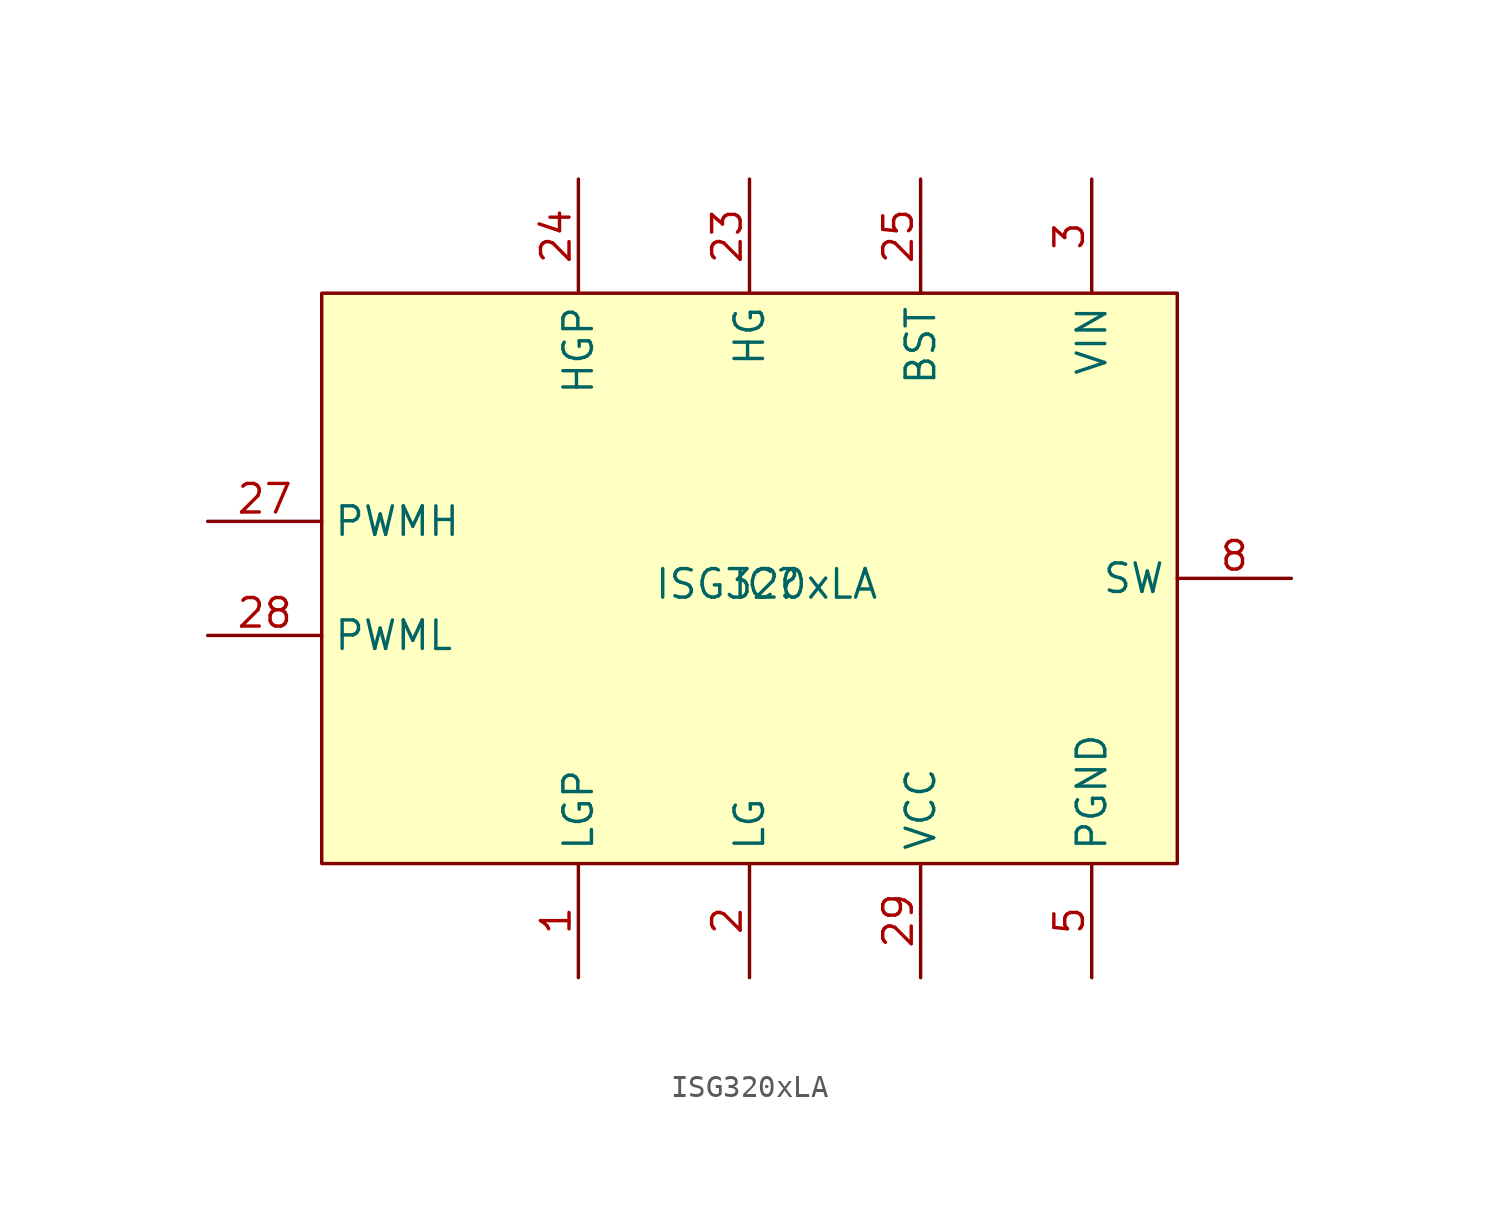
<source format=kicad_sym>
(kicad_symbol_lib
  (version 20241209)
  (generator "kicad_symbol_editor")
  (generator_version "9.0")
  (symbol "ISG320xLA"
    (property "Reference" "IC"
      (at 0.762 -0.254 0)
      (effects (font (size 1.27 1.27))))
    (property "Value" "ISG320xLA"
      (at 0.762 -0.254 0)
      (effects (font (size 1.27 1.27))))
    (symbol "ISG320xLA_1_1"
      (rectangle (start -19.05 12.7) (end 19.05 -12.7) (stroke (width 0) (type solid)) (fill (type background)))
      (pin passive line (at -24.13 2.54 0) (length 5.08) (name "PWMH" (effects (font (size 1.27 1.27)))) (number "27" (effects (font (size 1.27 1.27)))))
      (pin passive line (at -24.13 -2.54 0) (length 5.08) (name "PWML" (effects (font (size 1.27 1.27)))) (number "28" (effects (font (size 1.27 1.27)))))
      (pin passive line (at -7.62 17.78 270) (length 5.08) (name "HGP" (effects (font (size 1.27 1.27)))) (number "24" (effects (font (size 1.27 1.27)))))
      (pin passive line (at -7.62 -17.78 90) (length 5.08) (name "LGP" (effects (font (size 1.27 1.27)))) (number "1" (effects (font (size 1.27 1.27)))))
      (pin passive line (at 0 17.78 270) (length 5.08) (name "HG" (effects (font (size 1.27 1.27)))) (number "23" (effects (font (size 1.27 1.27)))))
      (pin passive line (at 0 -17.78 90) (length 5.08) (name "LG" (effects (font (size 1.27 1.27)))) (number "2" (effects (font (size 1.27 1.27)))))
      (pin passive line (at 7.62 17.78 270) (length 5.08) (name "BST" (effects (font (size 1.27 1.27)))) (number "25" (effects (font (size 1.27 1.27)))))
      (pin passive line (at 7.62 -17.78 90) (length 5.08) (name "VCC" (effects (font (size 1.27 1.27)))) (number "29" (effects (font (size 1.27 1.27)))))
      (pin passive line (at 15.24 17.78 270) (length 5.08) (name "VIN" (effects (font (size 1.27 1.27)))) (number "3" (effects (font (size 1.27 1.27)))))
      (pin passive line (at 15.24 -17.78 90) (length 5.08) (hide yes) (name "PGND" (effects (font (size 1.27 1.27)))) (number "30" (effects (font (size 1.27 1.27)))))
      (pin passive line (at 15.24 -17.78 90) (length 5.08) (name "PGND" (effects (font (size 1.27 1.27)))) (number "5" (effects (font (size 1.27 1.27)))))
      (pin passive line (at 24.13 0 180) (length 5.08) (hide yes) (name "SW" (effects (font (size 1.27 1.27)))) (number "26" (effects (font (size 1.27 1.27)))))
      (pin passive line (at 24.13 0 180) (length 5.08) (name "SW" (effects (font (size 1.27 1.27)))) (number "8" (effects (font (size 1.27 1.27))))))))
</source>
